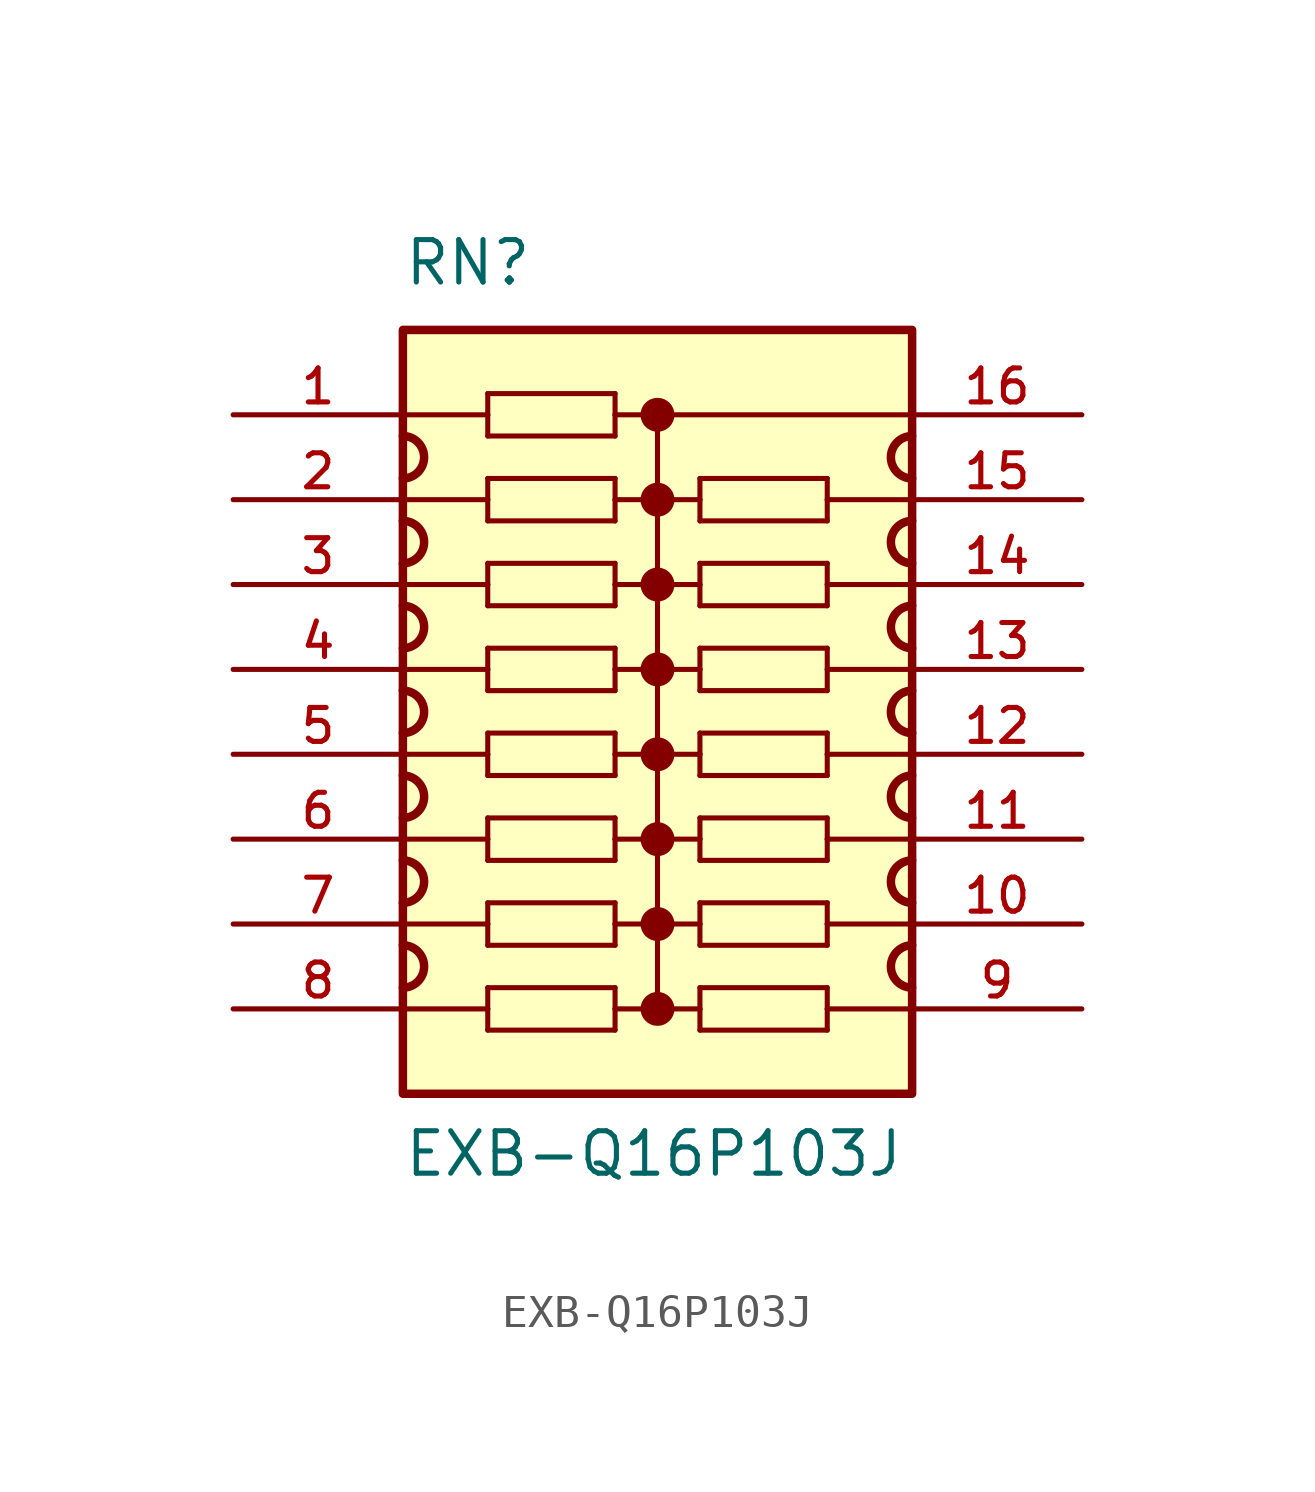
<source format=kicad_sym>
(kicad_symbol_lib
  (version 20220914)
  (generator kicad_symbol_editor)
  (symbol "EXB-Q16P103J"
    (pin_names
      (offset 1.016))
    (property "Reference" "RN"
      (at -7.62 11.43 0)
      (effects (font (size 1.27 1.27)) (justify left bottom)))
    (property "Value" "EXB-Q16P103J"
      (at -7.62 -15.24 0)
      (effects (font (size 1.27 1.27)) (justify left bottom)))
    (symbol "EXB-Q16P103J_0_0"
      (rectangle (start -7.62 -12.7) (end 7.62 10.16) (stroke (width 0.254) (type default)) (fill (type background)))
      (arc (start -7.62 -9.525) (mid -6.9877 -8.89) (end -7.62 -8.255) (stroke (width 0.254) (type default)) (fill (type none)))
      (arc (start -7.62 -6.985) (mid -6.9877 -6.35) (end -7.62 -5.715) (stroke (width 0.254) (type default)) (fill (type none)))
      (arc (start -7.62 -4.445) (mid -6.9877 -3.81) (end -7.62 -3.175) (stroke (width 0.254) (type default)) (fill (type none)))
      (arc (start -7.62 -1.905) (mid -6.9877 -1.27) (end -7.62 -0.635) (stroke (width 0.254) (type default)) (fill (type none)))
      (arc (start -7.62 0.635) (mid -6.9877 1.27) (end -7.62 1.905) (stroke (width 0.254) (type default)) (fill (type none)))
      (arc (start -7.62 3.175) (mid -6.9877 3.81) (end -7.62 4.445) (stroke (width 0.254) (type default)) (fill (type none)))
      (arc (start -7.62 5.715) (mid -6.9877 6.35) (end -7.62 6.985) (stroke (width 0.254) (type default)) (fill (type none)))
      (circle (center 0 -10.16) (radius 0.254) (stroke (width 0.508) (type default)) (fill (type none)))
      (circle (center 0 -7.62) (radius 0.254) (stroke (width 0.508) (type default)) (fill (type none)))
      (circle (center 0 -5.08) (radius 0.254) (stroke (width 0.508) (type default)) (fill (type none)))
      (circle (center 0 -2.54) (radius 0.254) (stroke (width 0.508) (type default)) (fill (type none)))
      (polyline (pts (xy -5.08 -10.795) (xy -1.27 -10.795)) (stroke (width 0.152) (type default)) (fill (type none)))
      (polyline (pts (xy -5.08 -10.16) (xy -7.62 -10.16)) (stroke (width 0.152) (type default)) (fill (type none)))
      (polyline (pts (xy -5.08 -10.16) (xy -5.08 -10.795)) (stroke (width 0.152) (type default)) (fill (type none)))
      (polyline (pts (xy -5.08 -9.525) (xy -5.08 -10.16)) (stroke (width 0.152) (type default)) (fill (type none)))
      (polyline (pts (xy -5.08 -8.255) (xy -1.27 -8.255)) (stroke (width 0.152) (type default)) (fill (type none)))
      (polyline (pts (xy -5.08 -7.62) (xy -7.62 -7.62)) (stroke (width 0.152) (type default)) (fill (type none)))
      (polyline (pts (xy -5.08 -7.62) (xy -5.08 -8.255)) (stroke (width 0.152) (type default)) (fill (type none)))
      (polyline (pts (xy -5.08 -6.985) (xy -5.08 -7.62)) (stroke (width 0.152) (type default)) (fill (type none)))
      (polyline (pts (xy -5.08 -5.715) (xy -1.27 -5.715)) (stroke (width 0.152) (type default)) (fill (type none)))
      (polyline (pts (xy -5.08 -5.08) (xy -7.62 -5.08)) (stroke (width 0.152) (type default)) (fill (type none)))
      (polyline (pts (xy -5.08 -5.08) (xy -5.08 -5.715)) (stroke (width 0.152) (type default)) (fill (type none)))
      (polyline (pts (xy -5.08 -4.445) (xy -5.08 -5.08)) (stroke (width 0.152) (type default)) (fill (type none)))
      (polyline (pts (xy -5.08 -3.175) (xy -1.27 -3.175)) (stroke (width 0.152) (type default)) (fill (type none)))
      (polyline (pts (xy -5.08 -2.54) (xy -7.62 -2.54)) (stroke (width 0.152) (type default)) (fill (type none)))
      (polyline (pts (xy -5.08 -2.54) (xy -5.08 -3.175)) (stroke (width 0.152) (type default)) (fill (type none)))
      (polyline (pts (xy -5.08 -1.905) (xy -5.08 -2.54)) (stroke (width 0.152) (type default)) (fill (type none)))
      (polyline (pts (xy -5.08 -0.635) (xy -1.27 -0.635)) (stroke (width 0.152) (type default)) (fill (type none)))
      (polyline (pts (xy -5.08 0) (xy -7.62 0)) (stroke (width 0.152) (type default)) (fill (type none)))
      (polyline (pts (xy -5.08 0) (xy -5.08 -0.635)) (stroke (width 0.152) (type default)) (fill (type none)))
      (polyline (pts (xy -5.08 0.635) (xy -5.08 0)) (stroke (width 0.152) (type default)) (fill (type none)))
      (polyline (pts (xy -5.08 1.905) (xy -1.27 1.905)) (stroke (width 0.152) (type default)) (fill (type none)))
      (polyline (pts (xy -5.08 2.54) (xy -7.62 2.54)) (stroke (width 0.152) (type default)) (fill (type none)))
      (polyline (pts (xy -5.08 2.54) (xy -5.08 1.905)) (stroke (width 0.152) (type default)) (fill (type none)))
      (polyline (pts (xy -5.08 3.175) (xy -5.08 2.54)) (stroke (width 0.152) (type default)) (fill (type none)))
      (polyline (pts (xy -5.08 4.445) (xy -1.27 4.445)) (stroke (width 0.152) (type default)) (fill (type none)))
      (polyline (pts (xy -5.08 5.08) (xy -7.62 5.08)) (stroke (width 0.152) (type default)) (fill (type none)))
      (polyline (pts (xy -5.08 5.08) (xy -5.08 4.445)) (stroke (width 0.152) (type default)) (fill (type none)))
      (polyline (pts (xy -5.08 5.715) (xy -5.08 5.08)) (stroke (width 0.152) (type default)) (fill (type none)))
      (polyline (pts (xy -5.08 6.985) (xy -1.27 6.985)) (stroke (width 0.152) (type default)) (fill (type none)))
      (polyline (pts (xy -5.08 7.62) (xy -7.62 7.62)) (stroke (width 0.152) (type default)) (fill (type none)))
      (polyline (pts (xy -5.08 7.62) (xy -5.08 6.985)) (stroke (width 0.152) (type default)) (fill (type none)))
      (polyline (pts (xy -5.08 8.255) (xy -5.08 7.62)) (stroke (width 0.152) (type default)) (fill (type none)))
      (polyline (pts (xy -1.27 -10.795) (xy -1.27 -10.16)) (stroke (width 0.152) (type default)) (fill (type none)))
      (polyline (pts (xy -1.27 -10.16) (xy -1.27 -9.525)) (stroke (width 0.152) (type default)) (fill (type none)))
      (polyline (pts (xy -1.27 -9.525) (xy -5.08 -9.525)) (stroke (width 0.152) (type default)) (fill (type none)))
      (polyline (pts (xy -1.27 -8.255) (xy -1.27 -7.62)) (stroke (width 0.152) (type default)) (fill (type none)))
      (polyline (pts (xy -1.27 -7.62) (xy -1.27 -6.985)) (stroke (width 0.152) (type default)) (fill (type none)))
      (polyline (pts (xy -1.27 -6.985) (xy -5.08 -6.985)) (stroke (width 0.152) (type default)) (fill (type none)))
      (polyline (pts (xy -1.27 -5.715) (xy -1.27 -5.08)) (stroke (width 0.152) (type default)) (fill (type none)))
      (polyline (pts (xy -1.27 -5.08) (xy -1.27 -4.445)) (stroke (width 0.152) (type default)) (fill (type none)))
      (polyline (pts (xy -1.27 -4.445) (xy -5.08 -4.445)) (stroke (width 0.152) (type default)) (fill (type none)))
      (polyline (pts (xy -1.27 -3.175) (xy -1.27 -2.54)) (stroke (width 0.152) (type default)) (fill (type none)))
      (polyline (pts (xy -1.27 -2.54) (xy -1.27 -1.905)) (stroke (width 0.152) (type default)) (fill (type none)))
      (polyline (pts (xy -1.27 -1.905) (xy -5.08 -1.905)) (stroke (width 0.152) (type default)) (fill (type none)))
      (polyline (pts (xy -1.27 -0.635) (xy -1.27 0)) (stroke (width 0.152) (type default)) (fill (type none)))
      (polyline (pts (xy -1.27 0) (xy -1.27 0.635)) (stroke (width 0.152) (type default)) (fill (type none)))
      (polyline (pts (xy -1.27 0.635) (xy -5.08 0.635)) (stroke (width 0.152) (type default)) (fill (type none)))
      (polyline (pts (xy -1.27 1.905) (xy -1.27 2.54)) (stroke (width 0.152) (type default)) (fill (type none)))
      (polyline (pts (xy -1.27 2.54) (xy -1.27 3.175)) (stroke (width 0.152) (type default)) (fill (type none)))
      (polyline (pts (xy -1.27 3.175) (xy -5.08 3.175)) (stroke (width 0.152) (type default)) (fill (type none)))
      (polyline (pts (xy -1.27 4.445) (xy -1.27 5.08)) (stroke (width 0.152) (type default)) (fill (type none)))
      (polyline (pts (xy -1.27 5.08) (xy -1.27 5.715)) (stroke (width 0.152) (type default)) (fill (type none)))
      (polyline (pts (xy -1.27 5.715) (xy -5.08 5.715)) (stroke (width 0.152) (type default)) (fill (type none)))
      (polyline (pts (xy -1.27 6.985) (xy -1.27 7.62)) (stroke (width 0.152) (type default)) (fill (type none)))
      (polyline (pts (xy -1.27 7.62) (xy -1.27 8.255)) (stroke (width 0.152) (type default)) (fill (type none)))
      (polyline (pts (xy -1.27 8.255) (xy -5.08 8.255)) (stroke (width 0.152) (type default)) (fill (type none)))
      (polyline (pts (xy 0 -10.16) (xy -1.27 -10.16)) (stroke (width 0.152) (type default)) (fill (type none)))
      (polyline (pts (xy 0 7.62) (xy -1.27 7.62)) (stroke (width 0.152) (type default)) (fill (type none)))
      (polyline (pts (xy 0 7.62) (xy 0 -10.16)) (stroke (width 0.152) (type default)) (fill (type none)))
      (polyline (pts (xy 0 7.62) (xy 7.62 7.62)) (stroke (width 0.152) (type default)) (fill (type none)))
      (polyline (pts (xy 1.27 -10.795) (xy 5.08 -10.795)) (stroke (width 0.152) (type default)) (fill (type none)))
      (polyline (pts (xy 1.27 -10.16) (xy 0 -10.16)) (stroke (width 0.152) (type default)) (fill (type none)))
      (polyline (pts (xy 1.27 -10.16) (xy 1.27 -10.795)) (stroke (width 0.152) (type default)) (fill (type none)))
      (polyline (pts (xy 1.27 -9.525) (xy 1.27 -10.16)) (stroke (width 0.152) (type default)) (fill (type none)))
      (polyline (pts (xy 1.27 -8.255) (xy 5.08 -8.255)) (stroke (width 0.152) (type default)) (fill (type none)))
      (polyline (pts (xy 1.27 -7.62) (xy -1.27 -7.62)) (stroke (width 0.152) (type default)) (fill (type none)))
      (polyline (pts (xy 1.27 -7.62) (xy 1.27 -8.255)) (stroke (width 0.152) (type default)) (fill (type none)))
      (polyline (pts (xy 1.27 -6.985) (xy 1.27 -7.62)) (stroke (width 0.152) (type default)) (fill (type none)))
      (polyline (pts (xy 1.27 -5.715) (xy 5.08 -5.715)) (stroke (width 0.152) (type default)) (fill (type none)))
      (polyline (pts (xy 1.27 -5.08) (xy -1.27 -5.08)) (stroke (width 0.152) (type default)) (fill (type none)))
      (polyline (pts (xy 1.27 -5.08) (xy 1.27 -5.715)) (stroke (width 0.152) (type default)) (fill (type none)))
      (polyline (pts (xy 1.27 -4.445) (xy 1.27 -5.08)) (stroke (width 0.152) (type default)) (fill (type none)))
      (polyline (pts (xy 1.27 -3.175) (xy 5.08 -3.175)) (stroke (width 0.152) (type default)) (fill (type none)))
      (polyline (pts (xy 1.27 -2.54) (xy -1.27 -2.54)) (stroke (width 0.152) (type default)) (fill (type none)))
      (polyline (pts (xy 1.27 -2.54) (xy 1.27 -3.175)) (stroke (width 0.152) (type default)) (fill (type none)))
      (polyline (pts (xy 1.27 -1.905) (xy 1.27 -2.54)) (stroke (width 0.152) (type default)) (fill (type none)))
      (polyline (pts (xy 1.27 -0.635) (xy 5.08 -0.635)) (stroke (width 0.152) (type default)) (fill (type none)))
      (polyline (pts (xy 1.27 0) (xy -1.27 0)) (stroke (width 0.152) (type default)) (fill (type none)))
      (polyline (pts (xy 1.27 0) (xy 1.27 -0.635)) (stroke (width 0.152) (type default)) (fill (type none)))
      (polyline (pts (xy 1.27 0.635) (xy 1.27 0)) (stroke (width 0.152) (type default)) (fill (type none)))
      (polyline (pts (xy 1.27 1.905) (xy 5.08 1.905)) (stroke (width 0.152) (type default)) (fill (type none)))
      (polyline (pts (xy 1.27 2.54) (xy -1.27 2.54)) (stroke (width 0.152) (type default)) (fill (type none)))
      (polyline (pts (xy 1.27 2.54) (xy 1.27 1.905)) (stroke (width 0.152) (type default)) (fill (type none)))
      (polyline (pts (xy 1.27 3.175) (xy 1.27 2.54)) (stroke (width 0.152) (type default)) (fill (type none)))
      (polyline (pts (xy 1.27 4.445) (xy 5.08 4.445)) (stroke (width 0.152) (type default)) (fill (type none)))
      (polyline (pts (xy 1.27 5.08) (xy -1.27 5.08)) (stroke (width 0.152) (type default)) (fill (type none)))
      (polyline (pts (xy 1.27 5.08) (xy 1.27 4.445)) (stroke (width 0.152) (type default)) (fill (type none)))
      (polyline (pts (xy 1.27 5.715) (xy 1.27 5.08)) (stroke (width 0.152) (type default)) (fill (type none)))
      (polyline (pts (xy 5.08 -10.795) (xy 5.08 -10.16)) (stroke (width 0.152) (type default)) (fill (type none)))
      (polyline (pts (xy 5.08 -10.16) (xy 5.08 -9.525)) (stroke (width 0.152) (type default)) (fill (type none)))
      (polyline (pts (xy 5.08 -9.525) (xy 1.27 -9.525)) (stroke (width 0.152) (type default)) (fill (type none)))
      (polyline (pts (xy 5.08 -8.255) (xy 5.08 -7.62)) (stroke (width 0.152) (type default)) (fill (type none)))
      (polyline (pts (xy 5.08 -7.62) (xy 5.08 -6.985)) (stroke (width 0.152) (type default)) (fill (type none)))
      (polyline (pts (xy 5.08 -6.985) (xy 1.27 -6.985)) (stroke (width 0.152) (type default)) (fill (type none)))
      (polyline (pts (xy 5.08 -5.715) (xy 5.08 -5.08)) (stroke (width 0.152) (type default)) (fill (type none)))
      (polyline (pts (xy 5.08 -5.08) (xy 5.08 -4.445)) (stroke (width 0.152) (type default)) (fill (type none)))
      (polyline (pts (xy 5.08 -4.445) (xy 1.27 -4.445)) (stroke (width 0.152) (type default)) (fill (type none)))
      (polyline (pts (xy 5.08 -3.175) (xy 5.08 -2.54)) (stroke (width 0.152) (type default)) (fill (type none)))
      (polyline (pts (xy 5.08 -2.54) (xy 5.08 -1.905)) (stroke (width 0.152) (type default)) (fill (type none)))
      (polyline (pts (xy 5.08 -1.905) (xy 1.27 -1.905)) (stroke (width 0.152) (type default)) (fill (type none)))
      (polyline (pts (xy 5.08 -0.635) (xy 5.08 0)) (stroke (width 0.152) (type default)) (fill (type none)))
      (polyline (pts (xy 5.08 0) (xy 5.08 0.635)) (stroke (width 0.152) (type default)) (fill (type none)))
      (polyline (pts (xy 5.08 0.635) (xy 1.27 0.635)) (stroke (width 0.152) (type default)) (fill (type none)))
      (polyline (pts (xy 5.08 1.905) (xy 5.08 2.54)) (stroke (width 0.152) (type default)) (fill (type none)))
      (polyline (pts (xy 5.08 2.54) (xy 5.08 3.175)) (stroke (width 0.152) (type default)) (fill (type none)))
      (polyline (pts (xy 5.08 3.175) (xy 1.27 3.175)) (stroke (width 0.152) (type default)) (fill (type none)))
      (polyline (pts (xy 5.08 4.445) (xy 5.08 5.08)) (stroke (width 0.152) (type default)) (fill (type none)))
      (polyline (pts (xy 5.08 5.08) (xy 5.08 5.715)) (stroke (width 0.152) (type default)) (fill (type none)))
      (polyline (pts (xy 5.08 5.715) (xy 1.27 5.715)) (stroke (width 0.152) (type default)) (fill (type none)))
      (polyline (pts (xy 7.62 -10.16) (xy 5.08 -10.16)) (stroke (width 0.152) (type default)) (fill (type none)))
      (polyline (pts (xy 7.62 -7.62) (xy 5.08 -7.62)) (stroke (width 0.152) (type default)) (fill (type none)))
      (polyline (pts (xy 7.62 -5.08) (xy 5.08 -5.08)) (stroke (width 0.152) (type default)) (fill (type none)))
      (polyline (pts (xy 7.62 -2.54) (xy 5.08 -2.54)) (stroke (width 0.152) (type default)) (fill (type none)))
      (polyline (pts (xy 7.62 0) (xy 5.08 0)) (stroke (width 0.152) (type default)) (fill (type none)))
      (polyline (pts (xy 7.62 2.54) (xy 5.08 2.54)) (stroke (width 0.152) (type default)) (fill (type none)))
      (polyline (pts (xy 7.62 5.08) (xy 5.08 5.08)) (stroke (width 0.152) (type default)) (fill (type none)))
      (circle (center 0 0) (radius 0.254) (stroke (width 0.508) (type default)) (fill (type none)))
      (circle (center 0 2.54) (radius 0.254) (stroke (width 0.508) (type default)) (fill (type none)))
      (circle (center 0 5.08) (radius 0.254) (stroke (width 0.508) (type default)) (fill (type none)))
      (circle (center 0 7.62) (radius 0.254) (stroke (width 0.508) (type default)) (fill (type none)))
      (arc (start 7.62 -8.255) (mid 6.9877 -8.89) (end 7.62 -9.525) (stroke (width 0.254) (type default)) (fill (type none)))
      (arc (start 7.62 -5.715) (mid 6.9877 -6.35) (end 7.62 -6.985) (stroke (width 0.254) (type default)) (fill (type none)))
      (arc (start 7.62 -3.175) (mid 6.9877 -3.81) (end 7.62 -4.445) (stroke (width 0.254) (type default)) (fill (type none)))
      (arc (start 7.62 -0.635) (mid 6.9877 -1.27) (end 7.62 -1.905) (stroke (width 0.254) (type default)) (fill (type none)))
      (arc (start 7.62 1.905) (mid 6.9877 1.27) (end 7.62 0.635) (stroke (width 0.254) (type default)) (fill (type none)))
      (arc (start 7.62 4.445) (mid 6.9877 3.81) (end 7.62 3.175) (stroke (width 0.254) (type default)) (fill (type none)))
      (arc (start 7.62 6.985) (mid 6.9877 6.35) (end 7.62 5.715) (stroke (width 0.254) (type default)) (fill (type none)))
      (pin passive line (at -12.7 7.62 0) (length 5.08) (name "~" (effects (font (size 1.016 1.016)))) (number "1" (effects (font (size 1.016 1.016)))))
      (pin passive line (at 12.7 -7.62 180) (length 5.08) (name "~" (effects (font (size 1.016 1.016)))) (number "10" (effects (font (size 1.016 1.016)))))
      (pin passive line (at 12.7 -5.08 180) (length 5.08) (name "~" (effects (font (size 1.016 1.016)))) (number "11" (effects (font (size 1.016 1.016)))))
      (pin passive line (at 12.7 -2.54 180) (length 5.08) (name "~" (effects (font (size 1.016 1.016)))) (number "12" (effects (font (size 1.016 1.016)))))
      (pin passive line (at 12.7 0 180) (length 5.08) (name "~" (effects (font (size 1.016 1.016)))) (number "13" (effects (font (size 1.016 1.016)))))
      (pin passive line (at 12.7 2.54 180) (length 5.08) (name "~" (effects (font (size 1.016 1.016)))) (number "14" (effects (font (size 1.016 1.016)))))
      (pin passive line (at 12.7 5.08 180) (length 5.08) (name "~" (effects (font (size 1.016 1.016)))) (number "15" (effects (font (size 1.016 1.016)))))
      (pin passive line (at 12.7 7.62 180) (length 5.08) (name "~" (effects (font (size 1.016 1.016)))) (number "16" (effects (font (size 1.016 1.016)))))
      (pin passive line (at -12.7 5.08 0) (length 5.08) (name "~" (effects (font (size 1.016 1.016)))) (number "2" (effects (font (size 1.016 1.016)))))
      (pin passive line (at -12.7 2.54 0) (length 5.08) (name "~" (effects (font (size 1.016 1.016)))) (number "3" (effects (font (size 1.016 1.016)))))
      (pin passive line (at -12.7 0 0) (length 5.08) (name "~" (effects (font (size 1.016 1.016)))) (number "4" (effects (font (size 1.016 1.016)))))
      (pin passive line (at -12.7 -2.54 0) (length 5.08) (name "~" (effects (font (size 1.016 1.016)))) (number "5" (effects (font (size 1.016 1.016)))))
      (pin passive line (at -12.7 -5.08 0) (length 5.08) (name "~" (effects (font (size 1.016 1.016)))) (number "6" (effects (font (size 1.016 1.016)))))
      (pin passive line (at -12.7 -7.62 0) (length 5.08) (name "~" (effects (font (size 1.016 1.016)))) (number "7" (effects (font (size 1.016 1.016)))))
      (pin passive line (at -12.7 -10.16 0) (length 5.08) (name "~" (effects (font (size 1.016 1.016)))) (number "8" (effects (font (size 1.016 1.016)))))
      (pin passive line (at 12.7 -10.16 180) (length 5.08) (name "~" (effects (font (size 1.016 1.016)))) (number "9" (effects (font (size 1.016 1.016))))))))
</source>
